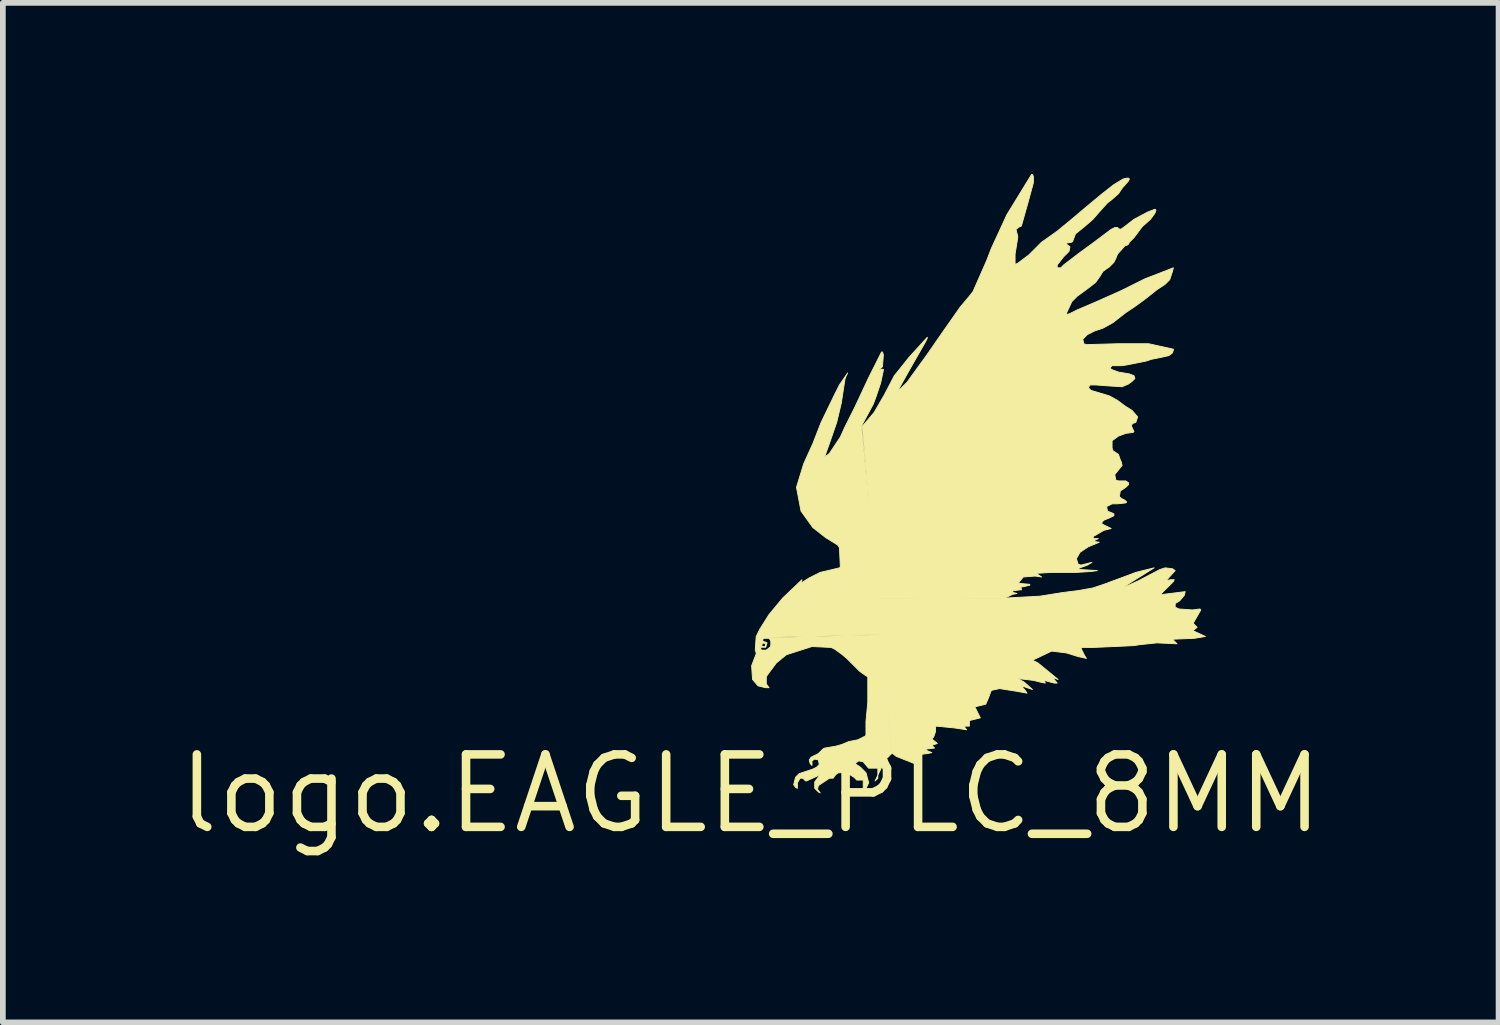
<source format=kicad_pcb>
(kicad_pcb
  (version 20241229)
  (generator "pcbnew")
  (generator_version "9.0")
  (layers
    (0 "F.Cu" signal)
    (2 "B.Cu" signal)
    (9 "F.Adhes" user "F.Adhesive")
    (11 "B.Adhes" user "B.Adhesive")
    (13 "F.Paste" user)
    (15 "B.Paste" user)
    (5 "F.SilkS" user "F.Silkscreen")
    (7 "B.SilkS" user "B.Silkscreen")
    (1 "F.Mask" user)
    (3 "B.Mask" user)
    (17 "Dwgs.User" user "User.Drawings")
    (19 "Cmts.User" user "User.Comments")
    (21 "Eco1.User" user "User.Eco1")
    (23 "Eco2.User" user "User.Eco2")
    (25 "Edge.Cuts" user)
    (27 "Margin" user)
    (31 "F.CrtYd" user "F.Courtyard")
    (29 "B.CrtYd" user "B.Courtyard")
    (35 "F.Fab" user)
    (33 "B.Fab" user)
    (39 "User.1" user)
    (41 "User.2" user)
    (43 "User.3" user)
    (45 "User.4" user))
  (footprint "logo.EAGLE_PLC_8MM"
    (layer "F.Cu")
    (at 10.107 10.862)
    (property "Reference" "logo.EAGLE_PLC_8MM" (at 0 0 0) (layer "F.SilkS") (effects (font (size 1.27 1.27) (thickness 0.15))))
    (fp_poly (pts (xy 0.16 -2.645) (xy 0.176 -2.677) (xy 0.208 -2.725) (xy 0.289 -2.757) (xy 0.369 -2.709) (xy 0.385 -2.581) (xy 0.305 -2.501) (xy 0.176 -2.501) (xy 0.144 -2.533) (xy 0.144 -2.613) (xy 0.176 -2.613) (xy 0.176 -2.581) (xy 0.176 -2.533) (xy 0.192 -2.517) (xy 0.273 -2.517) (xy 0.353 -2.581) (xy 0.369 -2.661) (xy 0.321 -2.725) (xy 0.225 -2.725) (xy 0.205 -2.692) (xy 0.228 -2.664) (xy 0.25 -2.662) (xy 0.286 -2.646) (xy 0.262 -2.567) (xy 0.209 -2.57) (xy 0.176 -2.565) (xy 0.194 -2.599) (xy 0.208 -2.581) (xy 0.257 -2.581) (xy 0.257 -2.629) (xy 0.225 -2.645) (xy 0.191 -2.613) (xy 0.192 -2.597)) (stroke (width 0.016) (type default)) (fill yes) (layer "F.SilkS"))
    (fp_poly (pts (xy 2.228 -3.415) (xy 4.473 -3.431) (xy 5.066 -3.463) (xy 5.467 -3.527) (xy 5.723 -3.559) (xy 5.996 -3.607) (xy 6.188 -3.671) (xy 6.749 -3.88) (xy 7.07 -3.96) (xy 6.557 -3.639) (xy 6.589 -3.639) (xy 6.798 -3.735) (xy 7.166 -3.928) (xy 7.263 -3.96) (xy 7.391 -3.944) (xy 7.439 -3.912) (xy 7.279 -3.735) (xy 7.359 -3.752) (xy 7.423 -3.752) (xy 7.407 -3.719) (xy 7.198 -3.511) (xy 7.198 -3.495) (xy 7.23 -3.495) (xy 7.615 -3.543) (xy 7.599 -3.479) (xy 7.519 -3.383) (xy 7.439 -3.335) (xy 7.439 -3.271) (xy 7.503 -3.239) (xy 7.743 -3.222) (xy 7.872 -3.239) (xy 7.888 -3.222) (xy 7.76 -2.998) (xy 7.76 -2.982) (xy 7.824 -2.918) (xy 7.743 -2.854) (xy 7.76 -2.854) (xy 7.968 -2.757) (xy 7.776 -2.725) (xy 7.391 -2.709) (xy 7.471 -2.629) (xy 7.118 -2.645) (xy 6.814 -2.613) (xy 6.717 -2.597) (xy 6.012 -2.565) (xy 5.787 -2.565) (xy 5.804 -2.517) (xy 5.852 -2.421) (xy 5.884 -2.373) (xy 5.739 -2.405) (xy 5.531 -2.469) (xy 5.275 -2.501) (xy 4.938 -2.341) (xy 5.034 -2.293) (xy 5.387 -2.004) (xy 5.291 -2.036) (xy 5.371 -1.94) (xy 5.323 -1.94) (xy 5.258 -1.956) (xy 5.146 -1.988) (xy 5.162 -1.94) (xy 5.082 -1.956) (xy 4.954 -1.988) (xy 4.681 -2.02) (xy 4.794 -1.956) (xy 4.938 -1.828) (xy 4.745 -1.892) (xy 4.81 -1.812) (xy 4.842 -1.764) (xy 4.665 -1.796) (xy 4.361 -1.844) (xy 4.216 -1.812) (xy 4.168 -1.683) (xy 4.12 -1.571) (xy 3.928 -1.523) (xy 4.024 -1.331) (xy 3.832 -1.283) (xy 3.832 -1.186) (xy 3.735 -1.186) (xy 3.784 -1.122) (xy 3.575 -1.154) (xy 3.255 -1.186) (xy 3.239 -1.17) (xy 3.239 -1.122) (xy 3.239 -1.09) (xy 3.206 -0.994) (xy 3.174 -0.962) (xy 3.271 -0.882) (xy 3.174 -0.85) (xy 3.222 -0.802) (xy 3.094 -0.786) (xy 3.062 -0.769) (xy 3.174 -0.721) (xy 3.094 -0.705) (xy 2.966 -0.689) (xy 2.934 -0.673) (xy 2.966 -0.609) (xy 2.854 -0.625) (xy 2.87 -0.593) (xy 2.966 -0.513) (xy 2.87 -0.529) (xy 2.549 -0.657) (xy 2.469 -0.721)) (stroke (width 0.016) (type default)) (fill yes) (layer "F.SilkS"))
    (fp_poly (pts (xy 0.818 -0.096) (xy 0.786 -0.112) (xy 0.753 -0.16) (xy 0.786 -0.289) (xy 0.85 -0.353) (xy 0.994 -0.401) (xy 1.09 -0.433) (xy 1.154 -0.465) (xy 1.202 -0.513) (xy 1.186 -0.593) (xy 1.122 -0.609) (xy 1.074 -0.577) (xy 1.074 -0.497) (xy 1.042 -0.529) (xy 1.026 -0.593) (xy 1.058 -0.641) (xy 1.122 -0.673) (xy 1.186 -0.705) (xy 1.218 -0.737) (xy 1.267 -0.786) (xy 1.299 -0.802) (xy 1.491 -0.834) (xy 1.603 -0.866) (xy 1.715 -0.914) (xy 1.796 -0.93) (xy 1.876 -0.946) (xy 2.004 -1.01) (xy 2.02 -1.026) (xy 2.02 -1.267) (xy 2.052 -1.603) (xy 2.052 -2.052) (xy 2.02 -2.068) (xy 1.908 -2.148) (xy 1.796 -2.26) (xy 1.683 -2.373) (xy 1.587 -2.453) (xy 1.475 -2.533) (xy 1.411 -2.565) (xy 1.074 -2.581) (xy 0.625 -2.437) (xy 0.449 -2.293) (xy 0.305 -2.1) (xy 0.273 -2.052) (xy 0.273 -1.924) (xy 0.321 -1.86) (xy 0.257 -1.86) (xy 0.128 -1.892) (xy 0.032 -2.004) (xy 0.016 -2.244) (xy 0.096 -2.453) (xy 0.096 -2.469) (xy 0.08 -2.517) (xy 0.096 -2.757) (xy 0.16 -2.886) (xy 0.321 -3.142) (xy 0.561 -3.431) (xy 0.898 -3.752) (xy 0.882 -3.703) (xy 0.898 -3.703) (xy 1.026 -3.784) (xy 1.218 -3.88) (xy 1.555 -3.96) (xy 1.571 -3.976) (xy 1.555 -4.313) (xy 1.523 -4.361) (xy 1.315 -4.489) (xy 1.09 -4.665) (xy 0.882 -4.954) (xy 0.802 -5.371) (xy 0.93 -5.787) (xy 1.09 -6.14) (xy 1.234 -6.509) (xy 1.459 -6.974) (xy 1.555 -7.166) (xy 1.699 -7.375) (xy 1.667 -7.311) (xy 1.651 -7.263) (xy 1.587 -6.846) (xy 1.507 -6.509) (xy 1.379 -6.14) (xy 1.299 -5.916) (xy 1.315 -5.916) (xy 1.379 -5.964) (xy 1.571 -6.253) (xy 1.651 -6.429) (xy 1.828 -6.782) (xy 2.068 -7.295) (xy 2.293 -7.743) (xy 2.309 -7.743) (xy 2.325 -7.695) (xy 2.309 -7.487) (xy 2.26 -7.439) (xy 2.26 -7.423) (xy 2.293 -7.439) (xy 2.325 -7.439) (xy 2.325 -7.423) (xy 2.277 -7.198) (xy 2.196 -6.958) (xy 2.148 -6.83) (xy 2.036 -6.621) (xy 1.94 -6.445) (xy 2.293 -2.79) (xy 0.225 -2.741) (xy 0.16 -2.645) (xy 0.16 -2.565) (xy 0.176 -2.517) (xy 0.208 -2.501) (xy 0.273 -2.501) (xy 0.353 -2.565) (xy 0.353 -2.709) (xy 0.321 -2.741) (xy 0.561 -2.741) (xy 2.293 -2.789) (xy 2.469 -0.705) (xy 2.341 -0.577) (xy 2.293 -0.545) (xy 2.309 -0.497) (xy 2.18 -0.225) (xy 2.228 -0.273) (xy 2.228 -0.449) (xy 2.068 -0.449) (xy 2.052 -0.465) (xy 1.972 -0.561) (xy 1.892 -0.577) (xy 1.828 -0.529) (xy 1.924 -0.465) (xy 2.02 -0.369) (xy 2.068 -0.192) (xy 2.02 -0.096) (xy 1.908 -0.032) (xy 1.972 -0.096) (xy 1.972 -0.24) (xy 1.86 -0.24) (xy 1.812 -0.289) (xy 1.683 -0.369) (xy 1.539 -0.369) (xy 1.491 -0.337) (xy 1.443 -0.273) (xy 1.379 -0.273) (xy 1.234 -0.176) (xy 1.186 -0.144) (xy 1.17 -0.08) (xy 1.218 -0.016) (xy 1.186 -0.032) (xy 1.122 -0.096) (xy 1.122 -0.208) (xy 1.218 -0.337) (xy 1.154 -0.305) (xy 0.978 -0.225) (xy 0.962 -0.225) (xy 0.914 -0.273) (xy 0.866 -0.273) (xy 0.818 -0.192)) (stroke (width 0.016) (type default)) (fill yes) (layer "F.SilkS"))
    (fp_poly (pts (xy 1.956 -6.445) (xy 1.988 -6.477) (xy 2.164 -6.685) (xy 2.341 -6.99) (xy 2.517 -7.327) (xy 2.773 -7.647) (xy 3.094 -8) (xy 3.094 -7.984) (xy 3.062 -7.92) (xy 2.806 -7.471) (xy 2.581 -7.07) (xy 2.629 -7.102) (xy 2.741 -7.214) (xy 2.95 -7.503) (xy 3.078 -7.679) (xy 3.367 -8.096) (xy 3.671 -8.529) (xy 3.832 -8.721) (xy 3.896 -8.802) (xy 4.136 -9.347) (xy 4.216 -9.555) (xy 4.489 -10.148) (xy 4.922 -10.854) (xy 4.938 -10.854) (xy 4.954 -10.822) (xy 4.954 -10.709) (xy 4.858 -10.357) (xy 4.745 -9.956) (xy 4.729 -9.94) (xy 4.713 -9.94) (xy 4.649 -9.892) (xy 4.665 -9.828) (xy 4.681 -9.764) (xy 4.665 -9.651) (xy 4.633 -9.459) (xy 4.633 -9.283) (xy 4.649 -9.283) (xy 4.681 -9.299) (xy 4.874 -9.443) (xy 5.098 -9.667) (xy 5.258 -9.78) (xy 5.371 -9.86) (xy 5.643 -10.084) (xy 5.852 -10.261) (xy 6.14 -10.501) (xy 6.365 -10.677) (xy 6.525 -10.774) (xy 6.589 -10.79) (xy 6.621 -10.79) (xy 6.637 -10.774) (xy 6.621 -10.741) (xy 6.509 -10.613) (xy 6.445 -10.517) (xy 6.317 -10.405) (xy 6.253 -10.357) (xy 6.108 -10.196) (xy 5.996 -10.068) (xy 5.868 -9.956) (xy 5.691 -9.812) (xy 5.643 -9.683) (xy 5.627 -9.667) (xy 5.531 -9.651) (xy 5.531 -9.635) (xy 5.595 -9.587) (xy 5.579 -9.507) (xy 5.483 -9.411) (xy 5.371 -9.267) (xy 5.371 -9.218) (xy 5.435 -9.218) (xy 5.483 -9.267) (xy 5.755 -9.475) (xy 5.996 -9.651) (xy 6.317 -9.892) (xy 6.381 -9.924) (xy 6.429 -9.924) (xy 6.445 -9.908) (xy 6.477 -9.892) (xy 6.509 -9.908) (xy 6.573 -9.956) (xy 6.717 -10.068) (xy 6.958 -10.196) (xy 7.086 -10.245) (xy 7.102 -10.228) (xy 7.086 -10.18) (xy 7.006 -10.068) (xy 6.862 -9.94) (xy 6.717 -9.747) (xy 6.637 -9.667) (xy 6.621 -9.635) (xy 6.605 -9.619) (xy 6.557 -9.603) (xy 6.429 -9.459) (xy 6.397 -9.379) (xy 6.365 -9.315) (xy 6.285 -9.234) (xy 6.237 -9.202) (xy 6.172 -9.154) (xy 6.124 -9.074) (xy 6.044 -8.962) (xy 5.9 -8.85) (xy 5.723 -8.721) (xy 5.627 -8.625) (xy 5.531 -8.417) (xy 5.547 -8.401) (xy 5.595 -8.417) (xy 5.723 -8.481) (xy 6.06 -8.625) (xy 6.493 -8.818) (xy 6.91 -9.026) (xy 7.407 -9.218) (xy 7.391 -9.154) (xy 7.343 -9.01) (xy 7.263 -8.93) (xy 7.118 -8.834) (xy 7.038 -8.77) (xy 6.894 -8.657) (xy 6.717 -8.529) (xy 6.573 -8.433) (xy 6.429 -8.321) (xy 6.349 -8.257) (xy 6.172 -8.16) (xy 6.028 -8.112) (xy 5.9 -8.048) (xy 5.82 -7.968) (xy 5.836 -7.888) (xy 5.884 -7.872) (xy 6.445 -7.888) (xy 6.974 -7.888) (xy 7.407 -7.792) (xy 7.407 -7.776) (xy 7.391 -7.727) (xy 7.327 -7.679) (xy 7.182 -7.647) (xy 7.022 -7.615) (xy 6.926 -7.583) (xy 6.766 -7.551) (xy 6.605 -7.519) (xy 6.509 -7.503) (xy 6.333 -7.503) (xy 6.301 -7.471) (xy 6.317 -7.439) (xy 6.445 -7.391) (xy 6.637 -7.359) (xy 6.717 -7.327) (xy 6.733 -7.279) (xy 6.685 -7.23) (xy 6.621 -7.182) (xy 6.509 -7.134) (xy 6.253 -7.15) (xy 6.044 -7.166) (xy 5.948 -7.166) (xy 5.916 -7.118) (xy 5.964 -7.07) (xy 6.285 -6.974) (xy 6.429 -6.894) (xy 6.557 -6.798) (xy 6.685 -6.717) (xy 6.782 -6.605) (xy 6.749 -6.509) (xy 6.701 -6.493) (xy 6.669 -6.461) (xy 6.685 -6.413) (xy 6.717 -6.349) (xy 6.701 -6.333) (xy 6.573 -6.317) (xy 6.445 -6.269) (xy 6.333 -6.188) (xy 6.333 -6.156) (xy 6.333 -6.06) (xy 6.349 -6.012) (xy 6.445 -5.948) (xy 6.477 -5.852) (xy 6.493 -5.82) (xy 6.509 -5.755) (xy 6.445 -5.675) (xy 6.381 -5.595) (xy 6.397 -5.499) (xy 6.445 -5.483) (xy 6.573 -5.483) (xy 6.621 -5.451) (xy 6.621 -5.419) (xy 6.573 -5.371) (xy 6.477 -5.307) (xy 6.461 -5.21) (xy 6.493 -5.178) (xy 6.557 -5.146) (xy 6.589 -5.114) (xy 6.573 -5.098) (xy 6.429 -5.082) (xy 6.333 -5.082) (xy 6.237 -5.034) (xy 6.253 -4.954) (xy 6.333 -4.922) (xy 6.365 -4.906) (xy 6.365 -4.874) (xy 6.301 -4.842) (xy 6.188 -4.794) (xy 6.156 -4.761) (xy 6.156 -4.729) (xy 6.188 -4.713) (xy 6.317 -4.649) (xy 6.188 -4.617) (xy 5.996 -4.505) (xy 6.012 -4.473) (xy 6.092 -4.473) (xy 5.996 -4.425) (xy 6.108 -4.409) (xy 5.916 -4.329) (xy 5.771 -4.232) (xy 5.707 -4.12) (xy 5.739 -4.024) (xy 5.787 -4.008) (xy 5.98 -4.056) (xy 5.9 -4.008) (xy 5.723 -3.944) (xy 5.804 -3.928) (xy 6.076 -3.912) (xy 5.964 -3.896) (xy 5.707 -3.88) (xy 5.275 -3.88) (xy 5.002 -3.864) (xy 5.098 -3.8) (xy 4.986 -3.816) (xy 4.777 -3.8) (xy 4.697 -3.703) (xy 4.713 -3.687) (xy 4.89 -3.671) (xy 4.89 -3.655) (xy 4.745 -3.623) (xy 4.729 -3.607) (xy 4.745 -3.591) (xy 4.745 -3.575) (xy 4.729 -3.575) (xy 4.601 -3.559) (xy 4.585 -3.543) (xy 4.601 -3.527) (xy 4.665 -3.511) (xy 4.585 -3.495) (xy 4.457 -3.431) (xy 2.212 -3.415)) (stroke (width 0.016) (type default)) (fill yes) (layer "F.SilkS")))
  (gr_rect
    (start -3 -3)
    (end 23.214 14.868)
    (stroke (width 0.1) (type default))
    (fill no)
    (layer "Edge.Cuts")))
</source>
